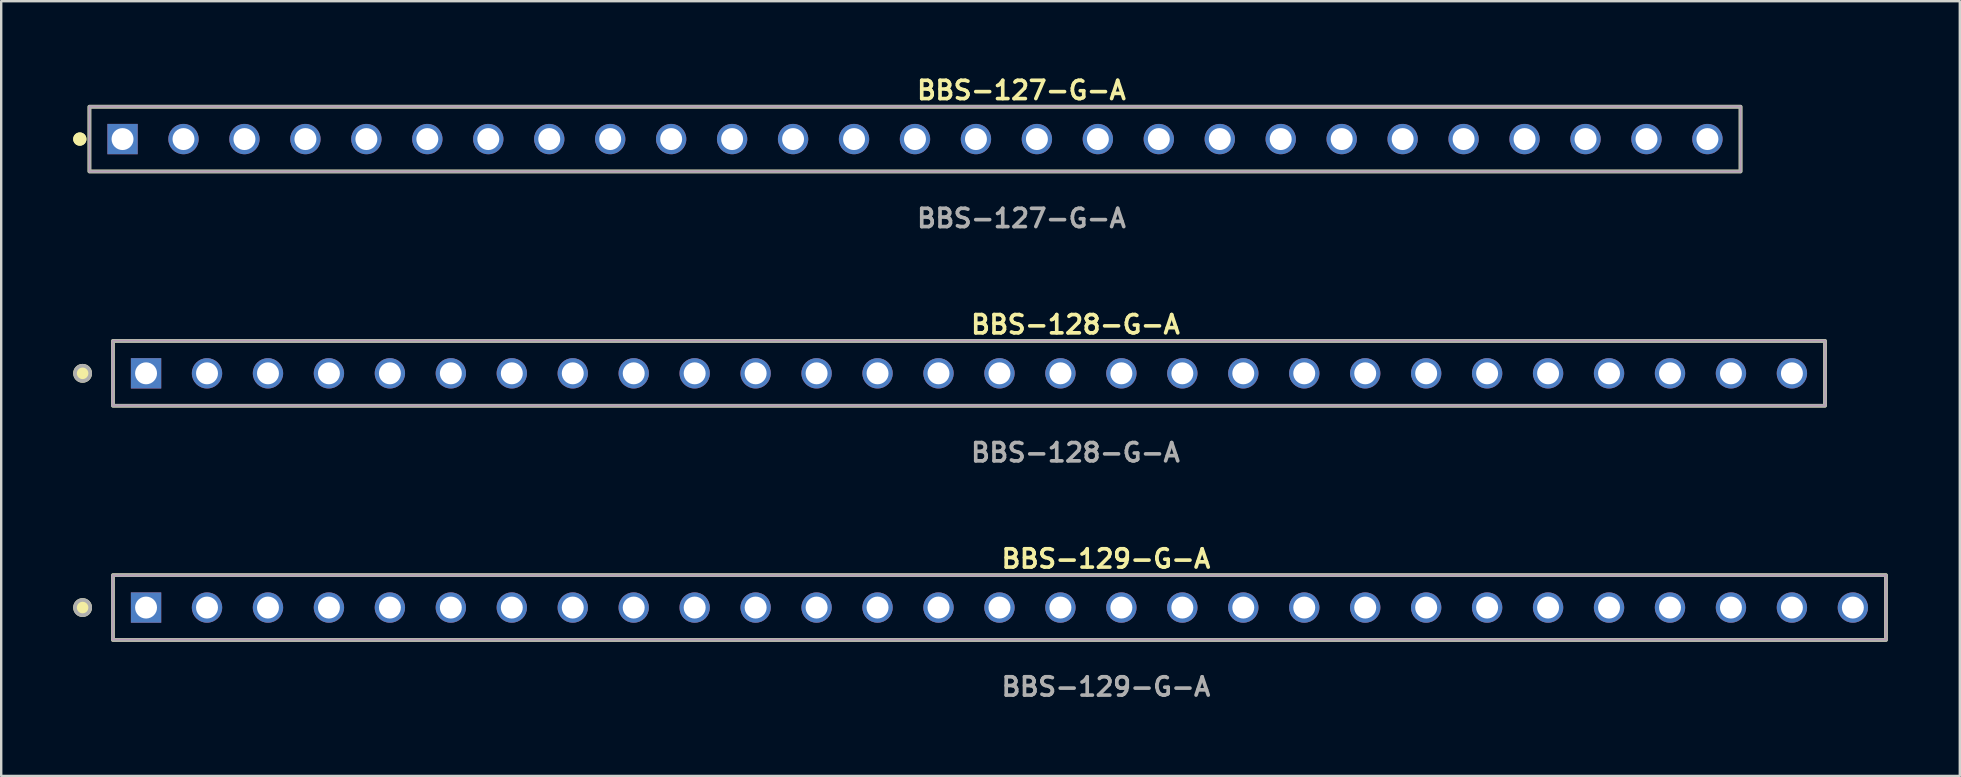
<source format=kicad_pcb>
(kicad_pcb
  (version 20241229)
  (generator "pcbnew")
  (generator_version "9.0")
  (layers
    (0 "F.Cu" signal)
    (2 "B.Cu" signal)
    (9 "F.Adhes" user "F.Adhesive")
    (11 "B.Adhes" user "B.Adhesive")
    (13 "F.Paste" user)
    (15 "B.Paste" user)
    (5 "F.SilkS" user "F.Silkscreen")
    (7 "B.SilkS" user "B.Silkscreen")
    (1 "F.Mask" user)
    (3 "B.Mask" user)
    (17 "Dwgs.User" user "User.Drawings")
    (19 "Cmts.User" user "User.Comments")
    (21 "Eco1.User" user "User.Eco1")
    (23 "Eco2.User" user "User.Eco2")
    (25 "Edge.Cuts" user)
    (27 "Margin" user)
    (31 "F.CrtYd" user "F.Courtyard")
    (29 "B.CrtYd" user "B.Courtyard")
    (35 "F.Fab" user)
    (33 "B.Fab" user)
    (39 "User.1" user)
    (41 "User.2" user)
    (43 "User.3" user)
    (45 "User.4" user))
  (footprint "BBS-128-G-A"
    (layer "F.Cu")
    (at 37.326 12.506)
    (property "Reference" "BBS-128-G-A" (at 0 -2.032 0) (unlocked yes) (layer "F.SilkS") (effects (font (size 0.762 0.762) (thickness 0.152)) (justify left)))
    (fp_rect (start -35.67 1.35) (end 35.67 -1.35) (stroke (width 0.152) (type solid)) (fill no) (layer "F.SilkS"))
    (fp_circle (center -36.934 0) (end -37.25 0) (stroke (width 0.152) (type solid)) (fill yes) (layer "F.SilkS"))
    (fp_rect (start -35.67 1.35) (end 35.67 -1.35) (stroke (width 0.006) (type solid)) (fill no) (layer "F.CrtYd"))
    (fp_rect (start -35.67 1.35) (end 35.67 -1.35) (stroke (width 0.152) (type solid)) (fill no) (layer "F.Fab"))
    (fp_circle (center -36.934 0) (end -37.25 0) (stroke (width 0.152) (type solid)) (fill no) (layer "F.Fab"))
    (fp_text user "${REFERENCE}" (at 0 3.302 0) (unlocked yes) (layer "F.Fab") (effects (font (size 0.762 0.762) (thickness 0.152)) (justify left)))
    (pad "1" thru_hole rect (at -34.29 0) (size 1.264 1.264) (drill 0.914) (layers "*.Cu" "*.Mask"))
    (pad "2" thru_hole circle (at -31.75 0) (size 1.264 1.264) (drill 0.914) (layers "*.Cu" "*.Mask"))
    (pad "3" thru_hole circle (at -29.21 0) (size 1.264 1.264) (drill 0.914) (layers "*.Cu" "*.Mask"))
    (pad "4" thru_hole circle (at -26.67 0) (size 1.264 1.264) (drill 0.914) (layers "*.Cu" "*.Mask"))
    (pad "5" thru_hole circle (at -24.13 0) (size 1.264 1.264) (drill 0.914) (layers "*.Cu" "*.Mask"))
    (pad "6" thru_hole circle (at -21.59 0) (size 1.264 1.264) (drill 0.914) (layers "*.Cu" "*.Mask"))
    (pad "7" thru_hole circle (at -19.05 0) (size 1.264 1.264) (drill 0.914) (layers "*.Cu" "*.Mask"))
    (pad "8" thru_hole circle (at -16.51 0) (size 1.264 1.264) (drill 0.914) (layers "*.Cu" "*.Mask"))
    (pad "9" thru_hole circle (at -13.97 0) (size 1.264 1.264) (drill 0.914) (layers "*.Cu" "*.Mask"))
    (pad "10" thru_hole circle (at -11.43 0) (size 1.264 1.264) (drill 0.914) (layers "*.Cu" "*.Mask"))
    (pad "11" thru_hole circle (at -8.89 0) (size 1.264 1.264) (drill 0.914) (layers "*.Cu" "*.Mask"))
    (pad "12" thru_hole circle (at -6.35 0) (size 1.264 1.264) (drill 0.914) (layers "*.Cu" "*.Mask"))
    (pad "13" thru_hole circle (at -3.81 0) (size 1.264 1.264) (drill 0.914) (layers "*.Cu" "*.Mask"))
    (pad "14" thru_hole circle (at -1.27 0) (size 1.264 1.264) (drill 0.914) (layers "*.Cu" "*.Mask"))
    (pad "15" thru_hole circle (at 1.27 0) (size 1.264 1.264) (drill 0.914) (layers "*.Cu" "*.Mask"))
    (pad "16" thru_hole circle (at 3.81 0) (size 1.264 1.264) (drill 0.914) (layers "*.Cu" "*.Mask"))
    (pad "17" thru_hole circle (at 6.35 0) (size 1.264 1.264) (drill 0.914) (layers "*.Cu" "*.Mask"))
    (pad "18" thru_hole circle (at 8.89 0) (size 1.264 1.264) (drill 0.914) (layers "*.Cu" "*.Mask"))
    (pad "19" thru_hole circle (at 11.43 0) (size 1.264 1.264) (drill 0.914) (layers "*.Cu" "*.Mask"))
    (pad "20" thru_hole circle (at 13.97 0) (size 1.264 1.264) (drill 0.914) (layers "*.Cu" "*.Mask"))
    (pad "21" thru_hole circle (at 16.51 0) (size 1.264 1.264) (drill 0.914) (layers "*.Cu" "*.Mask"))
    (pad "22" thru_hole circle (at 19.05 0) (size 1.264 1.264) (drill 0.914) (layers "*.Cu" "*.Mask"))
    (pad "23" thru_hole circle (at 21.59 0) (size 1.264 1.264) (drill 0.914) (layers "*.Cu" "*.Mask"))
    (pad "24" thru_hole circle (at 24.13 0) (size 1.264 1.264) (drill 0.914) (layers "*.Cu" "*.Mask"))
    (pad "25" thru_hole circle (at 26.67 0) (size 1.264 1.264) (drill 0.914) (layers "*.Cu" "*.Mask"))
    (pad "26" thru_hole circle (at 29.21 0) (size 1.264 1.264) (drill 0.914) (layers "*.Cu" "*.Mask"))
    (pad "27" thru_hole circle (at 31.75 0) (size 1.264 1.264) (drill 0.914) (layers "*.Cu" "*.Mask"))
    (pad "28" thru_hole circle (at 34.29 0) (size 1.264 1.264) (drill 0.914) (layers "*.Cu" "*.Mask")))
  (footprint "BBS-129-G-A"
    (layer "F.Cu")
    (at 38.596 22.266)
    (property "Reference" "BBS-129-G-A" (at 0 -2.032 0) (unlocked yes) (layer "F.SilkS") (effects (font (size 0.762 0.762) (thickness 0.152)) (justify left)))
    (fp_rect (start -36.94 1.35) (end 36.94 -1.35) (stroke (width 0.152) (type solid)) (fill no) (layer "F.SilkS"))
    (fp_circle (center -38.204 0) (end -38.52 0) (stroke (width 0.152) (type solid)) (fill yes) (layer "F.SilkS"))
    (fp_rect (start -36.94 1.35) (end 36.94 -1.35) (stroke (width 0.006) (type solid)) (fill no) (layer "F.CrtYd"))
    (fp_rect (start -36.94 1.35) (end 36.94 -1.35) (stroke (width 0.152) (type solid)) (fill no) (layer "F.Fab"))
    (fp_circle (center -38.204 0) (end -38.52 0) (stroke (width 0.152) (type solid)) (fill no) (layer "F.Fab"))
    (fp_text user "${REFERENCE}" (at 0 3.302 0) (unlocked yes) (layer "F.Fab") (effects (font (size 0.762 0.762) (thickness 0.152)) (justify left)))
    (pad "1" thru_hole rect (at -35.56 0) (size 1.264 1.264) (drill 0.914) (layers "*.Cu" "*.Mask"))
    (pad "2" thru_hole circle (at -33.02 0) (size 1.264 1.264) (drill 0.914) (layers "*.Cu" "*.Mask"))
    (pad "3" thru_hole circle (at -30.48 0) (size 1.264 1.264) (drill 0.914) (layers "*.Cu" "*.Mask"))
    (pad "4" thru_hole circle (at -27.94 0) (size 1.264 1.264) (drill 0.914) (layers "*.Cu" "*.Mask"))
    (pad "5" thru_hole circle (at -25.4 0) (size 1.264 1.264) (drill 0.914) (layers "*.Cu" "*.Mask"))
    (pad "6" thru_hole circle (at -22.86 0) (size 1.264 1.264) (drill 0.914) (layers "*.Cu" "*.Mask"))
    (pad "7" thru_hole circle (at -20.32 0) (size 1.264 1.264) (drill 0.914) (layers "*.Cu" "*.Mask"))
    (pad "8" thru_hole circle (at -17.78 0) (size 1.264 1.264) (drill 0.914) (layers "*.Cu" "*.Mask"))
    (pad "9" thru_hole circle (at -15.24 0) (size 1.264 1.264) (drill 0.914) (layers "*.Cu" "*.Mask"))
    (pad "10" thru_hole circle (at -12.7 0) (size 1.264 1.264) (drill 0.914) (layers "*.Cu" "*.Mask"))
    (pad "11" thru_hole circle (at -10.16 0) (size 1.264 1.264) (drill 0.914) (layers "*.Cu" "*.Mask"))
    (pad "12" thru_hole circle (at -7.62 0) (size 1.264 1.264) (drill 0.914) (layers "*.Cu" "*.Mask"))
    (pad "13" thru_hole circle (at -5.08 0) (size 1.264 1.264) (drill 0.914) (layers "*.Cu" "*.Mask"))
    (pad "14" thru_hole circle (at -2.54 0) (size 1.264 1.264) (drill 0.914) (layers "*.Cu" "*.Mask"))
    (pad "15" thru_hole circle (at 0 0) (size 1.264 1.264) (drill 0.914) (layers "*.Cu" "*.Mask"))
    (pad "16" thru_hole circle (at 2.54 0) (size 1.264 1.264) (drill 0.914) (layers "*.Cu" "*.Mask"))
    (pad "17" thru_hole circle (at 5.08 0) (size 1.264 1.264) (drill 0.914) (layers "*.Cu" "*.Mask"))
    (pad "18" thru_hole circle (at 7.62 0) (size 1.264 1.264) (drill 0.914) (layers "*.Cu" "*.Mask"))
    (pad "19" thru_hole circle (at 10.16 0) (size 1.264 1.264) (drill 0.914) (layers "*.Cu" "*.Mask"))
    (pad "20" thru_hole circle (at 12.7 0) (size 1.264 1.264) (drill 0.914) (layers "*.Cu" "*.Mask"))
    (pad "21" thru_hole circle (at 15.24 0) (size 1.264 1.264) (drill 0.914) (layers "*.Cu" "*.Mask"))
    (pad "22" thru_hole circle (at 17.78 0) (size 1.264 1.264) (drill 0.914) (layers "*.Cu" "*.Mask"))
    (pad "23" thru_hole circle (at 20.32 0) (size 1.264 1.264) (drill 0.914) (layers "*.Cu" "*.Mask"))
    (pad "24" thru_hole circle (at 22.86 0) (size 1.264 1.264) (drill 0.914) (layers "*.Cu" "*.Mask"))
    (pad "25" thru_hole circle (at 25.4 0) (size 1.264 1.264) (drill 0.914) (layers "*.Cu" "*.Mask"))
    (pad "26" thru_hole circle (at 27.94 0) (size 1.264 1.264) (drill 0.914) (layers "*.Cu" "*.Mask"))
    (pad "27" thru_hole circle (at 30.48 0) (size 1.264 1.264) (drill 0.914) (layers "*.Cu" "*.Mask"))
    (pad "28" thru_hole circle (at 33.02 0) (size 1.264 1.264) (drill 0.914) (layers "*.Cu" "*.Mask"))
    (pad "29" thru_hole circle (at 35.56 0) (size 1.264 1.264) (drill 0.914) (layers "*.Cu" "*.Mask")))
  (footprint "BBS-127-G-A"
    (layer "F.Cu")
    (at 35.076 2.745)
    (property "Reference" "BBS-127-G-A" (at 0 -2.032 0) (unlocked yes) (layer "F.SilkS") (effects (font (size 0.762 0.762) (thickness 0.152)) (justify left)))
    (fp_rect (start -34.4 1.35) (end 34.4 -1.35) (stroke (width 0.152) (type solid)) (fill no) (layer "F.SilkS"))
    (fp_circle (center -34.8 0) (end -35 0) (stroke (width 0.152) (type solid)) (fill yes) (layer "F.SilkS"))
    (fp_circle (center -34.8 0) (end -35 0) (stroke (width 0.152) (type solid)) (fill yes) (layer "F.SilkS"))
    (fp_rect (start -34.4 1.35) (end 34.4 -1.35) (stroke (width 0.006) (type solid)) (fill no) (layer "F.CrtYd"))
    (fp_rect (start -34.4 1.35) (end 34.4 -1.35) (stroke (width 0.152) (type solid)) (fill no) (layer "F.Fab"))
    (fp_text user "${REFERENCE}" (at 0 3.302 0) (unlocked yes) (layer "F.Fab") (effects (font (size 0.762 0.762) (thickness 0.152)) (justify left)))
    (pad "1" thru_hole rect (at -33.02 0) (size 1.264 1.264) (drill 0.914) (layers "*.Cu" "*.Mask"))
    (pad "2" thru_hole circle (at -30.48 0) (size 1.264 1.264) (drill 0.914) (layers "*.Cu" "*.Mask"))
    (pad "3" thru_hole circle (at -27.94 0) (size 1.264 1.264) (drill 0.914) (layers "*.Cu" "*.Mask"))
    (pad "4" thru_hole circle (at -25.4 0) (size 1.264 1.264) (drill 0.914) (layers "*.Cu" "*.Mask"))
    (pad "5" thru_hole circle (at -22.86 0) (size 1.264 1.264) (drill 0.914) (layers "*.Cu" "*.Mask"))
    (pad "6" thru_hole circle (at -20.32 0) (size 1.264 1.264) (drill 0.914) (layers "*.Cu" "*.Mask"))
    (pad "7" thru_hole circle (at -17.78 0) (size 1.264 1.264) (drill 0.914) (layers "*.Cu" "*.Mask"))
    (pad "8" thru_hole circle (at -15.24 0) (size 1.264 1.264) (drill 0.914) (layers "*.Cu" "*.Mask"))
    (pad "9" thru_hole circle (at -12.7 0) (size 1.264 1.264) (drill 0.914) (layers "*.Cu" "*.Mask"))
    (pad "10" thru_hole circle (at -10.16 0) (size 1.264 1.264) (drill 0.914) (layers "*.Cu" "*.Mask"))
    (pad "11" thru_hole circle (at -7.62 0) (size 1.264 1.264) (drill 0.914) (layers "*.Cu" "*.Mask"))
    (pad "12" thru_hole circle (at -5.08 0) (size 1.264 1.264) (drill 0.914) (layers "*.Cu" "*.Mask"))
    (pad "13" thru_hole circle (at -2.54 0) (size 1.264 1.264) (drill 0.914) (layers "*.Cu" "*.Mask"))
    (pad "14" thru_hole circle (at 0 0) (size 1.264 1.264) (drill 0.914) (layers "*.Cu" "*.Mask"))
    (pad "15" thru_hole circle (at 2.54 0) (size 1.264 1.264) (drill 0.914) (layers "*.Cu" "*.Mask"))
    (pad "16" thru_hole circle (at 5.08 0) (size 1.264 1.264) (drill 0.914) (layers "*.Cu" "*.Mask"))
    (pad "17" thru_hole circle (at 7.62 0) (size 1.264 1.264) (drill 0.914) (layers "*.Cu" "*.Mask"))
    (pad "18" thru_hole circle (at 10.16 0) (size 1.264 1.264) (drill 0.914) (layers "*.Cu" "*.Mask"))
    (pad "19" thru_hole circle (at 12.7 0) (size 1.264 1.264) (drill 0.914) (layers "*.Cu" "*.Mask"))
    (pad "20" thru_hole circle (at 15.24 0) (size 1.264 1.264) (drill 0.914) (layers "*.Cu" "*.Mask"))
    (pad "21" thru_hole circle (at 17.78 0) (size 1.264 1.264) (drill 0.914) (layers "*.Cu" "*.Mask"))
    (pad "22" thru_hole circle (at 20.32 0) (size 1.264 1.264) (drill 0.914) (layers "*.Cu" "*.Mask"))
    (pad "23" thru_hole circle (at 22.86 0) (size 1.264 1.264) (drill 0.914) (layers "*.Cu" "*.Mask"))
    (pad "24" thru_hole circle (at 25.4 0) (size 1.264 1.264) (drill 0.914) (layers "*.Cu" "*.Mask"))
    (pad "25" thru_hole circle (at 27.94 0) (size 1.264 1.264) (drill 0.914) (layers "*.Cu" "*.Mask"))
    (pad "26" thru_hole circle (at 30.48 0) (size 1.264 1.264) (drill 0.914) (layers "*.Cu" "*.Mask"))
    (pad "27" thru_hole circle (at 33.02 0) (size 1.264 1.264) (drill 0.914) (layers "*.Cu" "*.Mask")))
  (gr_rect
    (start -3 -3)
    (end 78.612 29.281)
    (stroke (width 0.1) (type default))
    (fill no)
    (layer "Edge.Cuts")))
</source>
